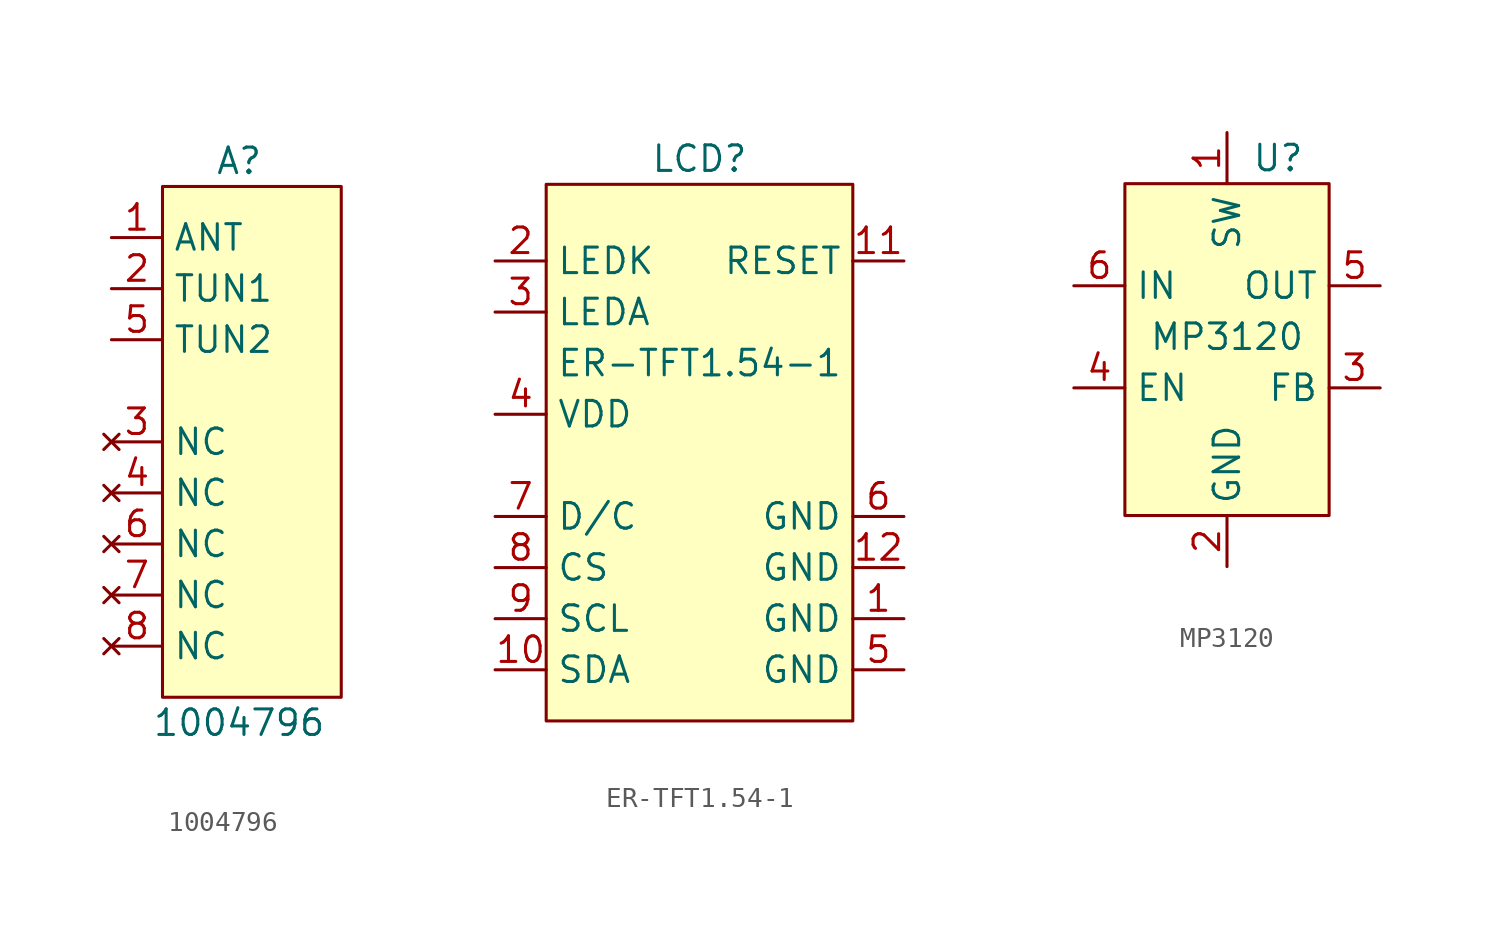
<source format=kicad_sym>
(kicad_symbol_lib
  (version 20220914)
  (generator kicad_symbol_editor)
  (symbol "1004796"
    (property "Reference" "A"
      (at 6.35 3.81 0)
      (effects (font (size 1.27 1.27))))
    (property "Value" "1004796"
      (at 6.35 -24.13 0)
      (effects (font (size 1.27 1.27))))
    (symbol "1004796_0_0"
      (pin unspecified line (at 0 0 0) (length 2.54) (name "ANT" (effects (font (size 1.27 1.27)))) (number "1" (effects (font (size 1.27 1.27)))))
      (pin unspecified line (at 0 -2.54 0) (length 2.54) (name "TUN1" (effects (font (size 1.27 1.27)))) (number "2" (effects (font (size 1.27 1.27)))))
      (pin no_connect line (at 0 -10.16 0) (length 2.54) (name "NC" (effects (font (size 1.27 1.27)))) (number "3" (effects (font (size 1.27 1.27)))))
      (pin no_connect line (at 0 -12.7 0) (length 2.54) (name "NC" (effects (font (size 1.27 1.27)))) (number "4" (effects (font (size 1.27 1.27)))))
      (pin unspecified line (at 0 -5.08 0) (length 2.54) (name "TUN2" (effects (font (size 1.27 1.27)))) (number "5" (effects (font (size 1.27 1.27)))))
      (pin no_connect line (at 0 -15.24 0) (length 2.54) (name "NC" (effects (font (size 1.27 1.27)))) (number "6" (effects (font (size 1.27 1.27)))))
      (pin no_connect line (at 0 -17.78 0) (length 2.54) (name "NC" (effects (font (size 1.27 1.27)))) (number "7" (effects (font (size 1.27 1.27)))))
      (pin no_connect line (at 0 -20.32 0) (length 2.54) (name "NC" (effects (font (size 1.27 1.27)))) (number "8" (effects (font (size 1.27 1.27))))))
    (symbol "1004796_0_1"
      (rectangle (start 2.54 2.54) (end 11.43 -22.86) (stroke (width 0) (type default)) (fill (type background)))))
  (symbol "ER-TFT1.54-1"
    (property "Reference" "LCD"
      (at 10.16 2.54 0)
      (effects (font (size 1.27 1.27))))
    (property "Value" "ER-TFT1.54-1"
      (at 10.16 -7.62 0)
      (effects (font (size 1.27 1.27))))
    (symbol "ER-TFT1.54-1_0_0"
      (pin unspecified line (at 20.32 -20.32 180) (length 2.54) (name "GND" (effects (font (size 1.27 1.27)))) (number "1" (effects (font (size 1.27 1.27)))))
      (pin unspecified line (at 0 -22.86 0) (length 2.54) (name "SDA" (effects (font (size 1.27 1.27)))) (number "10" (effects (font (size 1.27 1.27)))))
      (pin unspecified line (at 20.32 -2.54 180) (length 2.54) (name "RESET" (effects (font (size 1.27 1.27)))) (number "11" (effects (font (size 1.27 1.27)))))
      (pin unspecified line (at 20.32 -17.78 180) (length 2.54) (name "GND" (effects (font (size 1.27 1.27)))) (number "12" (effects (font (size 1.27 1.27)))))
      (pin unspecified line (at 0 -2.54 0) (length 2.54) (name "LEDK" (effects (font (size 1.27 1.27)))) (number "2" (effects (font (size 1.27 1.27)))))
      (pin unspecified line (at 0 -5.08 0) (length 2.54) (name "LEDA" (effects (font (size 1.27 1.27)))) (number "3" (effects (font (size 1.27 1.27)))))
      (pin unspecified line (at 0 -10.16 0) (length 2.54) (name "VDD" (effects (font (size 1.27 1.27)))) (number "4" (effects (font (size 1.27 1.27)))))
      (pin unspecified line (at 20.32 -22.86 180) (length 2.54) (name "GND" (effects (font (size 1.27 1.27)))) (number "5" (effects (font (size 1.27 1.27)))))
      (pin unspecified line (at 20.32 -15.24 180) (length 2.54) (name "GND" (effects (font (size 1.27 1.27)))) (number "6" (effects (font (size 1.27 1.27)))))
      (pin unspecified line (at 0 -15.24 0) (length 2.54) (name "D/C" (effects (font (size 1.27 1.27)))) (number "7" (effects (font (size 1.27 1.27)))))
      (pin unspecified line (at 0 -17.78 0) (length 2.54) (name "CS" (effects (font (size 1.27 1.27)))) (number "8" (effects (font (size 1.27 1.27)))))
      (pin unspecified line (at 0 -20.32 0) (length 2.54) (name "SCL" (effects (font (size 1.27 1.27)))) (number "9" (effects (font (size 1.27 1.27))))))
    (symbol "ER-TFT1.54-1_0_1"
      (rectangle (start 2.54 1.27) (end 17.78 -25.4) (stroke (width 0) (type default)) (fill (type background)))))
  (symbol "MP3120"
    (property "Reference" "U"
      (at 2.54 2.54 0)
      (effects (font (size 1.27 1.27))))
    (property "Value" "MP3120"
      (at 0 -6.35 0)
      (effects (font (size 1.27 1.27))))
    (symbol "MP3120_0_0"
      (pin unspecified line (at 0 3.81 270) (length 2.54) (name "SW" (effects (font (size 1.27 1.27)))) (number "1" (effects (font (size 1.27 1.27)))))
      (pin unspecified line (at 0 -17.78 90) (length 2.54) (name "GND" (effects (font (size 1.27 1.27)))) (number "2" (effects (font (size 1.27 1.27)))))
      (pin unspecified line (at 7.62 -8.89 180) (length 2.54) (name "FB" (effects (font (size 1.27 1.27)))) (number "3" (effects (font (size 1.27 1.27)))))
      (pin unspecified line (at -7.62 -8.89 0) (length 2.54) (name "EN" (effects (font (size 1.27 1.27)))) (number "4" (effects (font (size 1.27 1.27)))))
      (pin unspecified line (at 7.62 -3.81 180) (length 2.54) (name "OUT" (effects (font (size 1.27 1.27)))) (number "5" (effects (font (size 1.27 1.27)))))
      (pin unspecified line (at -7.62 -3.81 0) (length 2.54) (name "IN" (effects (font (size 1.27 1.27)))) (number "6" (effects (font (size 1.27 1.27))))))
    (symbol "MP3120_0_1"
      (rectangle (start -5.08 1.27) (end 5.08 -15.24) (stroke (width 0) (type default)) (fill (type background))))))
</source>
